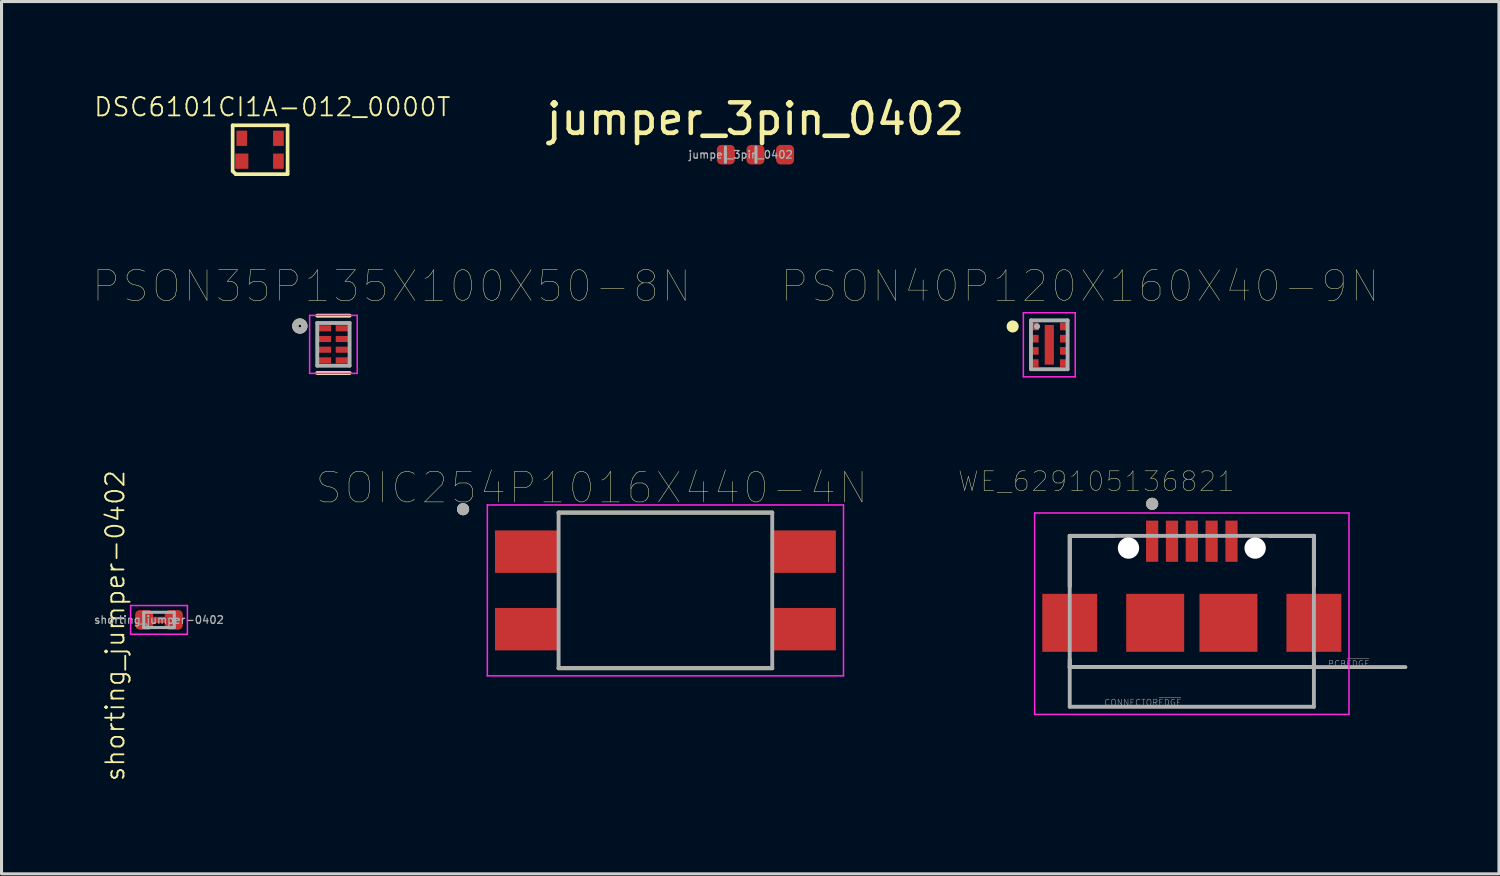
<source format=kicad_pcb>
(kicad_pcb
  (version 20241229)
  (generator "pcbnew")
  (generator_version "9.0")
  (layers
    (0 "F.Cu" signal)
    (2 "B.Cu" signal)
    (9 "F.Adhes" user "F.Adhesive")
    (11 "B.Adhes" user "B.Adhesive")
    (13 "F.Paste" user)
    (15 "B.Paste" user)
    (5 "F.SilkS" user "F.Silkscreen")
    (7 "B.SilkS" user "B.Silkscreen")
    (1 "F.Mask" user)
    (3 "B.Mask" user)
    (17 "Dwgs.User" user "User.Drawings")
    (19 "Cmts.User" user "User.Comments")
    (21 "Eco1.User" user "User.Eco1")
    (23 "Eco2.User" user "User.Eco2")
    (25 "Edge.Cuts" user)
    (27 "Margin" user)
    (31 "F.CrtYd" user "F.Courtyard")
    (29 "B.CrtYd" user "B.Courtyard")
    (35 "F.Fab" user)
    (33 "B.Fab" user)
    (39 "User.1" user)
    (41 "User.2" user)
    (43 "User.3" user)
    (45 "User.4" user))
  (footprint "SOIC254P1016X440-4N"
    (layer "F.Cu")
    (at 18.753 16.295)
    (property "Reference" "SOIC254P1016X440-4N" (at -2.415 -3.362 0) (layer "F.SilkS") (effects (font (size 1 1) (thickness 0.015))))
    (attr through_hole)
    (fp_line (start -3.5 -2.55) (end 3.5 -2.55) (stroke (width 0.127) (type solid)) (layer "F.SilkS"))
    (fp_line (start -3.5 2.55) (end 3.5 2.55) (stroke (width 0.127) (type solid)) (layer "F.SilkS"))
    (fp_circle (center -6.63 -2.66) (end -6.53 -2.66) (stroke (width 0.2) (type solid)) (fill no) (layer "F.SilkS"))
    (fp_line (start -5.835 -2.8) (end -5.835 2.8) (stroke (width 0.05) (type solid)) (layer "F.CrtYd"))
    (fp_line (start -5.835 -2.8) (end 5.835 -2.8) (stroke (width 0.05) (type solid)) (layer "F.CrtYd"))
    (fp_line (start -5.835 2.8) (end 5.835 2.8) (stroke (width 0.05) (type solid)) (layer "F.CrtYd"))
    (fp_line (start 5.835 -2.8) (end 5.835 2.8) (stroke (width 0.05) (type solid)) (layer "F.CrtYd"))
    (fp_line (start -3.5 -2.55) (end -3.5 2.55) (stroke (width 0.127) (type solid)) (layer "F.Fab"))
    (fp_line (start -3.5 -2.55) (end 3.5 -2.55) (stroke (width 0.127) (type solid)) (layer "F.Fab"))
    (fp_line (start -3.5 2.55) (end 3.5 2.55) (stroke (width 0.127) (type solid)) (layer "F.Fab"))
    (fp_line (start 3.5 -2.55) (end 3.5 2.55) (stroke (width 0.127) (type solid)) (layer "F.Fab"))
    (fp_circle (center -6.63 -2.66) (end -6.53 -2.66) (stroke (width 0.2) (type solid)) (fill no) (layer "F.Fab"))
    (pad "1" smd rect (at -4.54 -1.27) (size 2.09 1.39) (layers "F.Cu" "F.Mask" "F.Paste"))
    (pad "2" smd rect (at -4.54 1.27) (size 2.09 1.39) (layers "F.Cu" "F.Mask" "F.Paste"))
    (pad "3" smd rect (at 4.54 1.27) (size 2.09 1.39) (layers "F.Cu" "F.Mask" "F.Paste"))
    (pad "4" smd rect (at 4.54 -1.27) (size 2.09 1.39) (layers "F.Cu" "F.Mask" "F.Paste")))
  (footprint "jumper_3pin_0402"
    (layer "F.Cu")
    (at 21.704 2.018)
    (property "Reference" "jumper_3pin_0402" (at 0 -1.17 0) (layer "F.SilkS") (effects (font (size 1 1) (thickness 0.15))))
    (attr smd)
    (fp_line (start -0.985 0.25) (end -0.985 -0.25) (stroke (width 0.1) (type solid)) (layer "F.Fab"))
    (fp_line (start 0.015 -0.25) (end 0.015 0.25) (stroke (width 0.1) (type solid)) (layer "F.Fab"))
    (fp_text user "${REFERENCE}" (at -0.485 0 0) (layer "F.Fab") (effects (font (size 0.25 0.25) (thickness 0.04))))
    (pad "1" smd roundrect (at -0.97 0) (size 0.59 0.64) (layers "F.Cu" "F.Mask" "F.Paste") (roundrect_rratio 0.25))
    (pad "2" smd roundrect (at 0 0) (size 0.59 0.64) (layers "F.Cu" "F.Mask" "F.Paste") (roundrect_rratio 0.25))
    (pad "3" smd roundrect (at 0.97 0) (size 0.59 0.64) (layers "F.Cu" "F.Mask" "F.Paste") (roundrect_rratio 0.25)))
  (footprint "PSON35P135X100X50-8N"
    (layer "F.Cu")
    (at 7.875 8.233)
    (property "Reference" "PSON35P135X100X50-8N" (at 1.905 -1.905 0) (layer "F.SilkS") (effects (font (size 1 1) (thickness 0.015))))
    (attr through_hole)
    (fp_line (start -0.53 -0.94) (end 0.53 -0.94) (stroke (width 0.127) (type solid)) (layer "F.SilkS"))
    (fp_line (start 0.53 0.94) (end -0.53 0.94) (stroke (width 0.127) (type solid)) (layer "F.SilkS"))
    (fp_circle (center -1.1 -0.6) (end -1.05 -0.6) (stroke (width 0.2) (type solid)) (fill no) (layer "F.SilkS"))
    (fp_line (start -0.78 -0.95) (end 0.78 -0.95) (stroke (width 0.05) (type solid)) (layer "F.CrtYd"))
    (fp_line (start -0.78 0.95) (end -0.78 -0.95) (stroke (width 0.05) (type solid)) (layer "F.CrtYd"))
    (fp_line (start 0.78 -0.95) (end 0.78 0.95) (stroke (width 0.05) (type solid)) (layer "F.CrtYd"))
    (fp_line (start 0.78 0.95) (end -0.78 0.95) (stroke (width 0.05) (type solid)) (layer "F.CrtYd"))
    (fp_line (start -0.53 -0.7) (end 0.53 -0.7) (stroke (width 0.127) (type solid)) (layer "F.Fab"))
    (fp_line (start -0.53 0.7) (end -0.53 -0.7) (stroke (width 0.127) (type solid)) (layer "F.Fab"))
    (fp_line (start 0.53 -0.7) (end 0.53 0.7) (stroke (width 0.127) (type solid)) (layer "F.Fab"))
    (fp_line (start 0.53 0.7) (end -0.53 0.7) (stroke (width 0.127) (type solid)) (layer "F.Fab"))
    (fp_circle (center -1.1 -0.6) (end -1.05 -0.6) (stroke (width 0.2) (type solid)) (fill no) (layer "F.Fab"))
    (pad "1" smd rect (at -0.275 -0.525) (size 0.4 0.2) (layers "F.Cu" "F.Mask" "F.Paste"))
    (pad "2" smd rect (at -0.275 -0.175) (size 0.4 0.2) (layers "F.Cu" "F.Mask" "F.Paste"))
    (pad "3" smd rect (at -0.275 0.175) (size 0.4 0.2) (layers "F.Cu" "F.Mask" "F.Paste"))
    (pad "4" smd rect (at -0.275 0.525) (size 0.4 0.2) (layers "F.Cu" "F.Mask" "F.Paste"))
    (pad "5" smd rect (at 0.275 0.525) (size 0.4 0.2) (layers "F.Cu" "F.Mask" "F.Paste"))
    (pad "6" smd rect (at 0.275 0.175) (size 0.4 0.2) (layers "F.Cu" "F.Mask" "F.Paste"))
    (pad "7" smd rect (at 0.275 -0.175) (size 0.4 0.2) (layers "F.Cu" "F.Mask" "F.Paste"))
    (pad "8" smd rect (at 0.275 -0.525) (size 0.4 0.2) (layers "F.Cu" "F.Mask" "F.Paste")))
  (footprint "PSON40P120X160X40-9N"
    (layer "F.Cu")
    (at 31.331 8.247)
    (property "Reference" "PSON40P120X160X40-9N" (at 1.009 -1.919 0) (layer "F.SilkS") (effects (font (size 1 1) (thickness 0.015))))
    (attr through_hole)
    (fp_circle (center -1.2 -0.6) (end -1.1 -0.6) (stroke (width 0.2) (type solid)) (fill no) (layer "F.SilkS"))
    (fp_poly (pts (xy -0.095 -0.41) (xy 0.095 -0.41) (xy 0.095 0.411) (xy -0.095 0.411)) (stroke (width 0.01) (type solid)) (fill yes) (layer "F.Paste"))
    (fp_line (start -0.85 -1.05) (end 0.85 -1.05) (stroke (width 0.05) (type solid)) (layer "F.CrtYd"))
    (fp_line (start -0.85 1.05) (end -0.85 -1.05) (stroke (width 0.05) (type solid)) (layer "F.CrtYd"))
    (fp_line (start 0.85 -1.05) (end 0.85 1.05) (stroke (width 0.05) (type solid)) (layer "F.CrtYd"))
    (fp_line (start 0.85 1.05) (end -0.85 1.05) (stroke (width 0.05) (type solid)) (layer "F.CrtYd"))
    (fp_line (start -0.6 -0.8) (end 0.6 -0.8) (stroke (width 0.127) (type solid)) (layer "F.Fab"))
    (fp_line (start -0.6 0.8) (end -0.6 -0.8) (stroke (width 0.127) (type solid)) (layer "F.Fab"))
    (fp_line (start 0.6 -0.8) (end 0.6 0.8) (stroke (width 0.127) (type solid)) (layer "F.Fab"))
    (fp_line (start 0.6 0.8) (end -0.6 0.8) (stroke (width 0.127) (type solid)) (layer "F.Fab"))
    (fp_circle (center -0.4 -0.6) (end -0.35 -0.6) (stroke (width 0.1) (type solid)) (fill no) (layer "F.Fab"))
    (pad "1" smd rect (at -0.475 -0.6) (size 0.25 0.25) (layers "F.Cu" "F.Mask" "F.Paste"))
    (pad "2" smd rect (at -0.475 -0.2) (size 0.25 0.25) (layers "F.Cu" "F.Mask" "F.Paste"))
    (pad "3" smd rect (at -0.475 0.2) (size 0.25 0.25) (layers "F.Cu" "F.Mask" "F.Paste"))
    (pad "4" smd rect (at -0.475 0.6) (size 0.25 0.25) (layers "F.Cu" "F.Mask" "F.Paste"))
    (pad "5" smd rect (at 0.475 0.6) (size 0.25 0.25) (layers "F.Cu" "F.Mask" "F.Paste"))
    (pad "6" smd rect (at 0.475 0.2) (size 0.25 0.25) (layers "F.Cu" "F.Mask" "F.Paste"))
    (pad "7" smd rect (at 0.475 -0.2) (size 0.25 0.25) (layers "F.Cu" "F.Mask" "F.Paste"))
    (pad "8" smd rect (at 0.475 -0.6) (size 0.25 0.25) (layers "F.Cu" "F.Mask" "F.Paste"))
    (pad "9" smd rect (at 0 0) (size 0.3 1.3) (layers "F.Cu" "F.Mask")))
  (footprint "DSC6101CI1A-012_0000T"
    (layer "F.Cu")
    (at 5.473 1.856)
    (property "Reference" "DSC6101CI1A-012_0000T" (at 0.4 -1.4 0) (layer "F.SilkS") (effects (font (size 0.6 0.6) (thickness 0.06))))
    (attr through_hole)
    (fp_line (start -0.9 -0.8) (end -0.9 0.7) (stroke (width 0.12) (type solid)) (layer "F.SilkS"))
    (fp_line (start -0.9 -0.8) (end 0.9 -0.8) (stroke (width 0.12) (type solid)) (layer "F.SilkS"))
    (fp_line (start -0.9 0.7) (end -0.8 0.8) (stroke (width 0.12) (type solid)) (layer "F.SilkS"))
    (fp_line (start -0.8 0.8) (end 0.9 0.8) (stroke (width 0.12) (type solid)) (layer "F.SilkS"))
    (fp_line (start 0.9 0.7) (end 0.9 -0.8) (stroke (width 0.12) (type solid)) (layer "F.SilkS"))
    (fp_line (start 0.9 0.8) (end 0.9 0.7) (stroke (width 0.12) (type solid)) (layer "F.SilkS"))
    (pad "1" smd rect (at -0.6 0.375) (size 0.43 0.5) (layers "F.Cu" "F.Mask" "F.Paste"))
    (pad "2" smd rect (at 0.6 0.375) (size 0.35 0.5) (layers "F.Cu" "F.Mask" "F.Paste"))
    (pad "3" smd rect (at 0.6 -0.375) (size 0.35 0.5) (layers "F.Cu" "F.Mask" "F.Paste"))
    (pad "4" smd rect (at -0.6 -0.375) (size 0.35 0.5) (layers "F.Cu" "F.Mask" "F.Paste")))
  (footprint "shorting_jumper-0402"
    (layer "F.Cu")
    (at 2.16 17.261)
    (property "Reference" "shorting_jumper-0402" (at -1.438 0.191 90) (layer "F.SilkS") (effects (font (size 0.6 0.6) (thickness 0.06))))
    (attr smd)
    (fp_line (start -0.93 -0.47) (end 0.93 -0.47) (stroke (width 0.05) (type solid)) (layer "F.CrtYd"))
    (fp_line (start -0.93 0.47) (end -0.93 -0.47) (stroke (width 0.05) (type solid)) (layer "F.CrtYd"))
    (fp_line (start 0.93 -0.47) (end 0.93 0.47) (stroke (width 0.05) (type solid)) (layer "F.CrtYd"))
    (fp_line (start 0.93 0.47) (end -0.93 0.47) (stroke (width 0.05) (type solid)) (layer "F.CrtYd"))
    (fp_line (start -0.5 -0.25) (end 0.5 -0.25) (stroke (width 0.1) (type solid)) (layer "F.Fab"))
    (fp_line (start -0.5 0.25) (end -0.5 -0.25) (stroke (width 0.1) (type solid)) (layer "F.Fab"))
    (fp_line (start 0.5 -0.25) (end 0.5 0.25) (stroke (width 0.1) (type solid)) (layer "F.Fab"))
    (fp_line (start 0.5 0.25) (end -0.5 0.25) (stroke (width 0.1) (type solid)) (layer "F.Fab"))
    (fp_text user "${REFERENCE}" (at 0 0 0) (layer "F.Fab") (effects (font (size 0.25 0.25) (thickness 0.04))))
    (pad "" smd rect (at 0 0 180) (size 0.6 0.2) (layers "F.Cu" "F.Mask" "F.Paste"))
    (pad "1" smd roundrect (at -0.485 0) (size 0.59 0.64) (layers "F.Cu" "F.Mask" "F.Paste") (roundrect_rratio 0.25))
    (pad "2" smd roundrect (at 0.485 0) (size 0.59 0.64) (layers "F.Cu" "F.Mask" "F.Paste") (roundrect_rratio 0.25)))
  (footprint "WE_629105136821"
    (layer "F.Cu")
    (at 36.001 17.358)
    (property "Reference" "WE_629105136821" (at -3.131 -4.635 0) (layer "F.SilkS") (effects (font (size 0.64 0.64) (thickness 0.015))))
    (attr through_hole)
    (fp_line (start -4 -2.85) (end -4 -1.2) (stroke (width 0.127) (type solid)) (layer "F.SilkS"))
    (fp_line (start -4 -2.85) (end -2.55 -2.85) (stroke (width 0.127) (type solid)) (layer "F.SilkS"))
    (fp_line (start -4 1.2) (end -4 1.45) (stroke (width 0.127) (type solid)) (layer "F.SilkS"))
    (fp_line (start -4 1.45) (end 4 1.45) (stroke (width 0.127) (type solid)) (layer "F.SilkS"))
    (fp_line (start 4 -2.85) (end 2.55 -2.85) (stroke (width 0.127) (type solid)) (layer "F.SilkS"))
    (fp_line (start 4 -2.85) (end 4 -1.2) (stroke (width 0.127) (type solid)) (layer "F.SilkS"))
    (fp_line (start 4 1.2) (end 4 1.45) (stroke (width 0.127) (type solid)) (layer "F.SilkS"))
    (fp_circle (center -1.3 -3.9) (end -1.2 -3.9) (stroke (width 0.2) (type solid)) (fill no) (layer "F.SilkS"))
    (fp_line (start -5.15 -3.6) (end 5.15 -3.6) (stroke (width 0.05) (type solid)) (layer "F.CrtYd"))
    (fp_line (start -5.15 3) (end -5.15 -3.6) (stroke (width 0.05) (type solid)) (layer "F.CrtYd"))
    (fp_line (start 5.15 -3.6) (end 5.15 3) (stroke (width 0.05) (type solid)) (layer "F.CrtYd"))
    (fp_line (start 5.15 3) (end -5.15 3) (stroke (width 0.05) (type solid)) (layer "F.CrtYd"))
    (fp_line (start -4 -2.85) (end 4 -2.85) (stroke (width 0.127) (type solid)) (layer "F.Fab"))
    (fp_line (start -4 1.45) (end -4 -2.85) (stroke (width 0.127) (type solid)) (layer "F.Fab"))
    (fp_line (start -4 1.45) (end 7 1.45) (stroke (width 0.127) (type solid)) (layer "F.Fab"))
    (fp_line (start -4 2.75) (end -4 1.45) (stroke (width 0.127) (type solid)) (layer "F.Fab"))
    (fp_line (start 4 -2.85) (end 4 2.75) (stroke (width 0.127) (type solid)) (layer "F.Fab"))
    (fp_line (start 4 2.75) (end -4 2.75) (stroke (width 0.127) (type solid)) (layer "F.Fab"))
    (fp_circle (center -1.3 -3.9) (end -1.2 -3.9) (stroke (width 0.2) (type solid)) (fill no) (layer "F.Fab"))
    (fp_text user "PCB~{EDGE}" (at 5.14 1.34 0) (layer "F.Fab") (effects (font (size 0.2 0.2) (thickness 0.015))))
    (fp_text user "CONNECTOR~{EDGE}" (at -1.605 2.61 0) (layer "F.Fab") (effects (font (size 0.2 0.2) (thickness 0.015))))
    (pad "" np_thru_hole circle (at -2.075 -2.45) (size 0.7 0.7) (drill 0.7) (layers "*.Cu" "*.Mask"))
    (pad "" np_thru_hole circle (at 2.075 -2.45) (size 0.7 0.7) (drill 0.7) (layers "*.Cu" "*.Mask"))
    (pad "1" smd rect (at -1.3 -2.675) (size 0.4 1.35) (layers "F.Cu" "F.Mask" "F.Paste"))
    (pad "2" smd rect (at -0.65 -2.675) (size 0.4 1.35) (layers "F.Cu" "F.Mask" "F.Paste"))
    (pad "3" smd rect (at 0 -2.675) (size 0.4 1.35) (layers "F.Cu" "F.Mask" "F.Paste"))
    (pad "4" smd rect (at 0.65 -2.675) (size 0.4 1.35) (layers "F.Cu" "F.Mask" "F.Paste"))
    (pad "5" smd rect (at 1.3 -2.675) (size 0.4 1.35) (layers "F.Cu" "F.Mask" "F.Paste"))
    (pad "S1" smd rect (at -4 0) (size 1.8 1.9) (layers "F.Cu" "F.Mask" "F.Paste"))
    (pad "S2" smd rect (at -1.2 0) (size 1.9 1.9) (layers "F.Cu" "F.Mask" "F.Paste"))
    (pad "S3" smd rect (at 1.2 0) (size 1.9 1.9) (layers "F.Cu" "F.Mask" "F.Paste"))
    (pad "S4" smd rect (at 4 0) (size 1.8 1.9) (layers "F.Cu" "F.Mask" "F.Paste")))
  (gr_rect
    (start -3 -3)
    (end 46.065 25.582)
    (stroke (width 0.1) (type default))
    (fill no)
    (layer "Edge.Cuts")))
</source>
